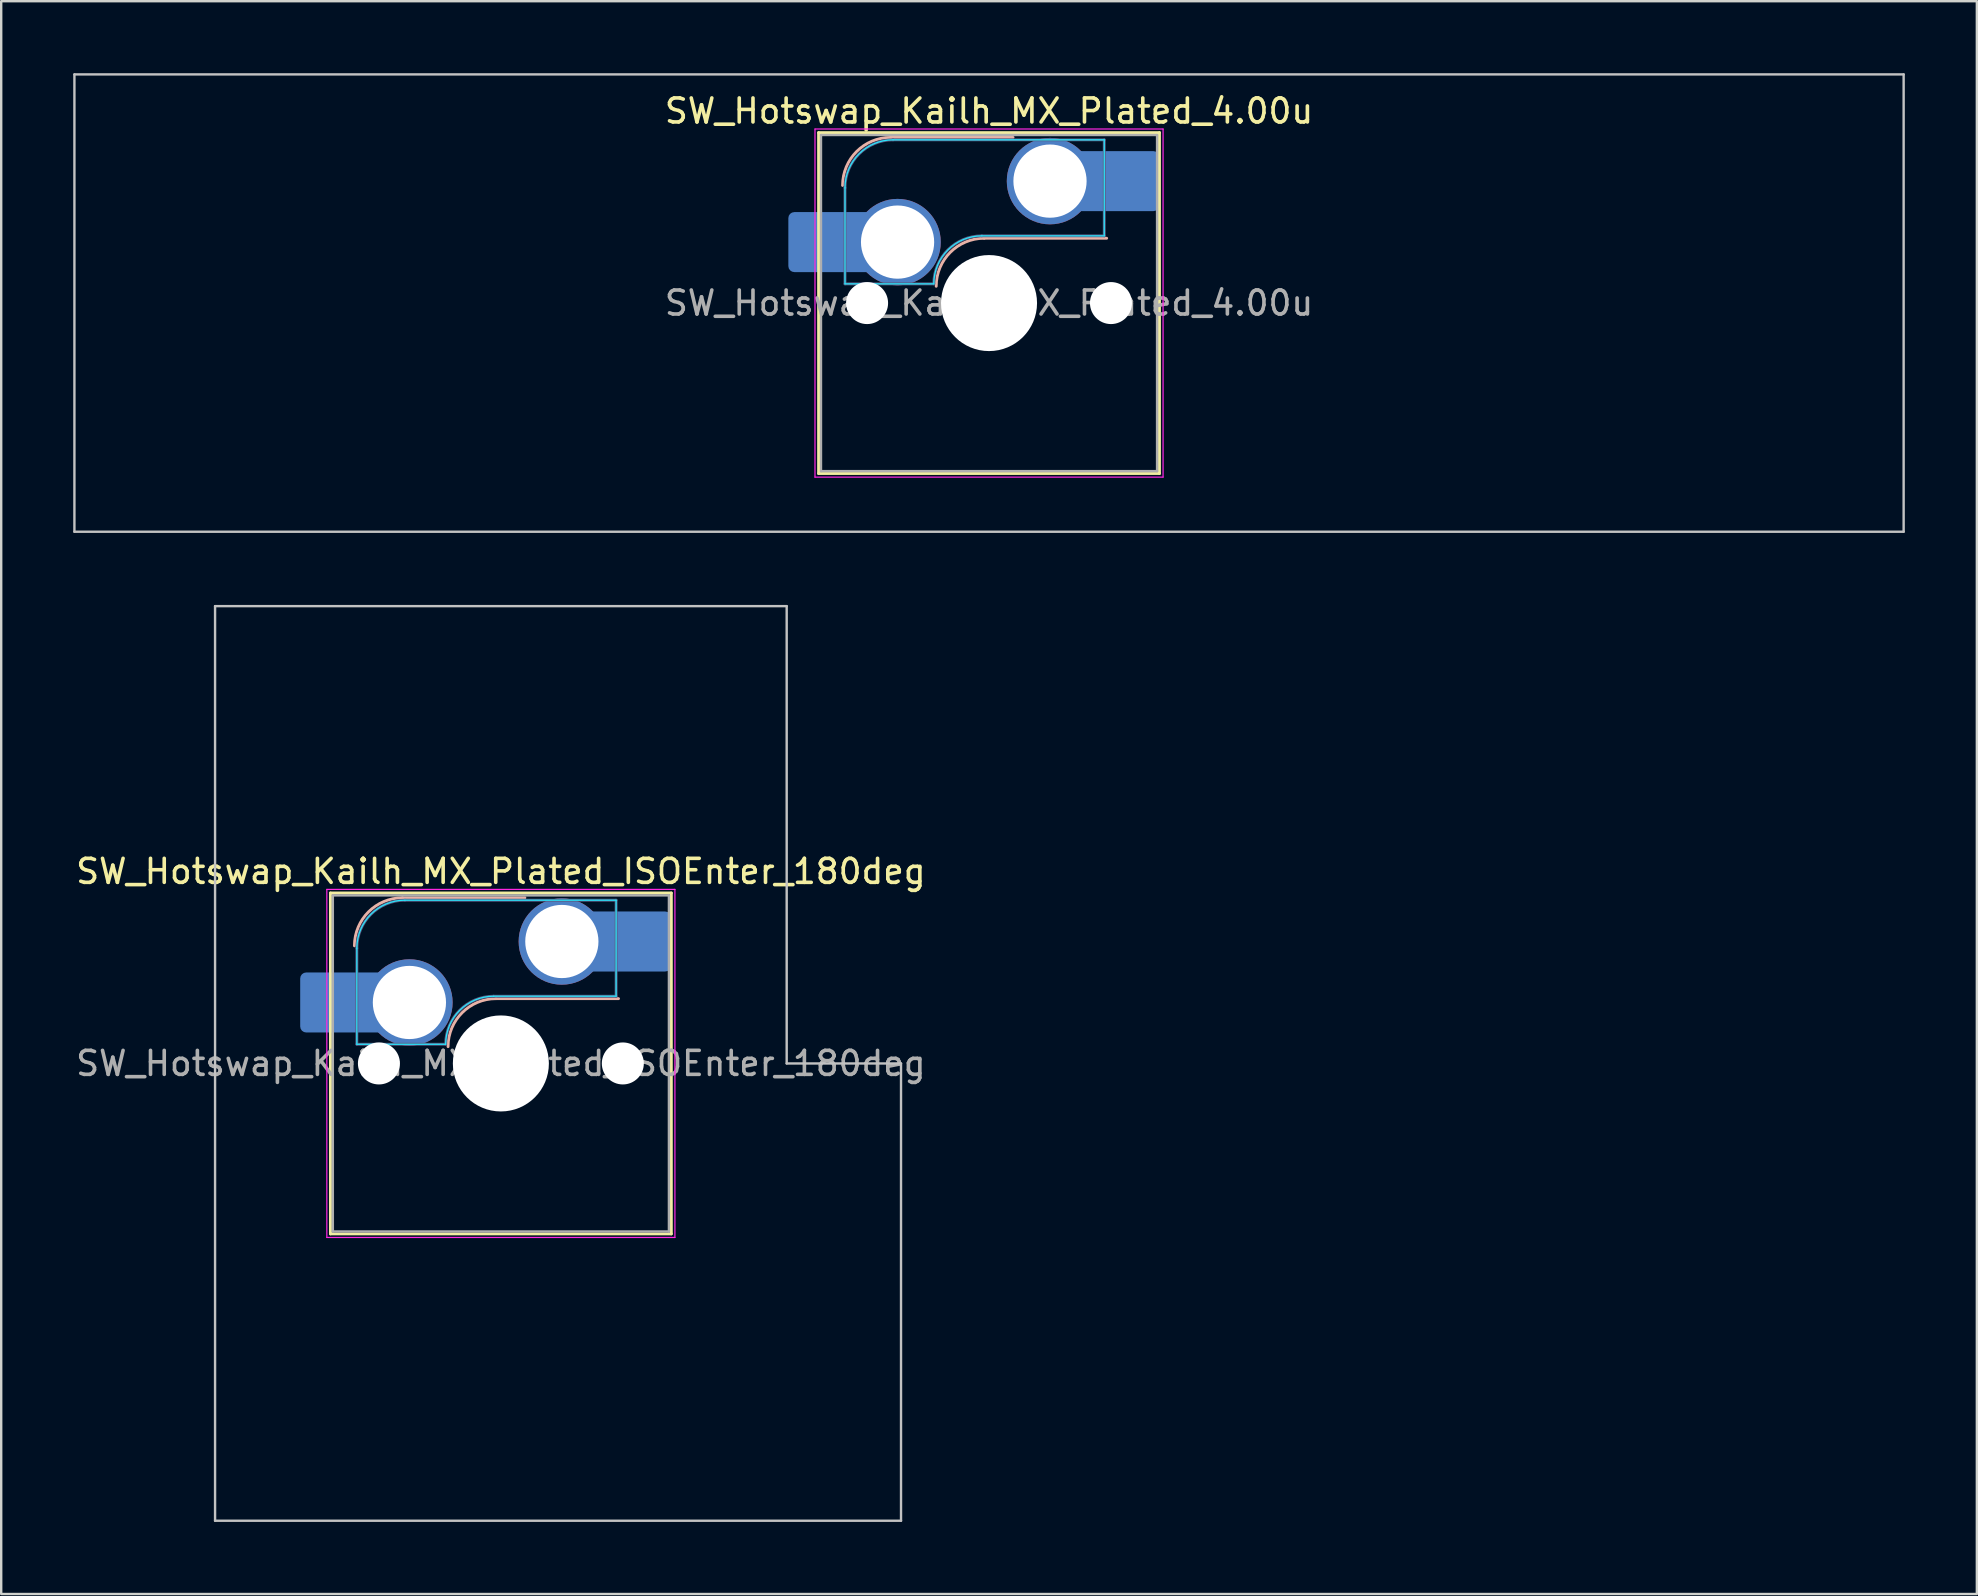
<source format=kicad_pcb>
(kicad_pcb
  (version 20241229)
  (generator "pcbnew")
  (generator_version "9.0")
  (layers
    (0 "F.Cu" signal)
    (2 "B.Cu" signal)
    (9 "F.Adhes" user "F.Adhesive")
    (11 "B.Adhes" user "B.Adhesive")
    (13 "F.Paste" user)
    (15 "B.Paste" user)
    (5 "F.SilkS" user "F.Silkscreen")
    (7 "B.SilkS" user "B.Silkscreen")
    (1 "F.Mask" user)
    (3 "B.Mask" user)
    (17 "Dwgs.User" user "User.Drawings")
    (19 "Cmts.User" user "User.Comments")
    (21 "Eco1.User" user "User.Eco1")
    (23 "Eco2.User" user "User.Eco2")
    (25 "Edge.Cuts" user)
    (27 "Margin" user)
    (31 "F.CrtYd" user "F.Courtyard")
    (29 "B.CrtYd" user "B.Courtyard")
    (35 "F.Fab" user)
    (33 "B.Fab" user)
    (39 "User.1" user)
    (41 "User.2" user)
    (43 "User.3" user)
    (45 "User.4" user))
  (footprint "SW_Hotswap_Kailh_MX_Plated_4.00u"
    (layer "F.Cu")
    (at 38.15 9.575)
    (property "Reference" "SW_Hotswap_Kailh_MX_Plated_4.00u" (at 0 -8 0) (layer "F.SilkS") (effects (font (size 1 1) (thickness 0.15))))
    (attr smd)
    (fp_line (start -7.1 -7.1) (end -7.1 7.1) (stroke (width 0.12) (type solid)) (layer "F.SilkS"))
    (fp_line (start -7.1 7.1) (end 7.1 7.1) (stroke (width 0.12) (type solid)) (layer "F.SilkS"))
    (fp_line (start 7.1 -7.1) (end -7.1 -7.1) (stroke (width 0.12) (type solid)) (layer "F.SilkS"))
    (fp_line (start 7.1 7.1) (end 7.1 -7.1) (stroke (width 0.12) (type solid)) (layer "F.SilkS"))
    (fp_line (start -4.1 -6.9) (end 1 -6.9) (stroke (width 0.12) (type solid)) (layer "B.SilkS"))
    (fp_line (start -0.2 -2.7) (end 4.9 -2.7) (stroke (width 0.12) (type solid)) (layer "B.SilkS"))
    (fp_arc (start -6.1 -4.9) (mid -5.514214 -6.314214) (end -4.1 -6.9) (stroke (width 0.12) (type solid)) (layer "B.SilkS"))
    (fp_arc (start -2.2 -0.7) (mid -1.614214 -2.114214) (end -0.2 -2.7) (stroke (width 0.12) (type solid)) (layer "B.SilkS"))
    (fp_line (start -38.1 -9.525) (end -38.1 9.525) (stroke (width 0.1) (type solid)) (layer "Dwgs.User"))
    (fp_line (start -38.1 9.525) (end 38.1 9.525) (stroke (width 0.1) (type solid)) (layer "Dwgs.User"))
    (fp_line (start 38.1 -9.525) (end -38.1 -9.525) (stroke (width 0.1) (type solid)) (layer "Dwgs.User"))
    (fp_line (start 38.1 9.525) (end 38.1 -9.525) (stroke (width 0.1) (type solid)) (layer "Dwgs.User"))
    (fp_line (start -7.8 -6) (end -7 -6) (stroke (width 0.1) (type solid)) (layer "Eco1.User"))
    (fp_line (start -7.8 -2.9) (end -7.8 -6) (stroke (width 0.1) (type solid)) (layer "Eco1.User"))
    (fp_line (start -7.8 2.9) (end -7 2.9) (stroke (width 0.1) (type solid)) (layer "Eco1.User"))
    (fp_line (start -7.8 6) (end -7.8 2.9) (stroke (width 0.1) (type solid)) (layer "Eco1.User"))
    (fp_line (start -7 -7) (end 7 -7) (stroke (width 0.1) (type solid)) (layer "Eco1.User"))
    (fp_line (start -7 -6) (end -7 -7) (stroke (width 0.1) (type solid)) (layer "Eco1.User"))
    (fp_line (start -7 -2.9) (end -7.8 -2.9) (stroke (width 0.1) (type solid)) (layer "Eco1.User"))
    (fp_line (start -7 2.9) (end -7 -2.9) (stroke (width 0.1) (type solid)) (layer "Eco1.User"))
    (fp_line (start -7 6) (end -7.8 6) (stroke (width 0.1) (type solid)) (layer "Eco1.User"))
    (fp_line (start -7 7) (end -7 6) (stroke (width 0.1) (type solid)) (layer "Eco1.User"))
    (fp_line (start 7 -7) (end 7 -6) (stroke (width 0.1) (type solid)) (layer "Eco1.User"))
    (fp_line (start 7 -6) (end 7.8 -6) (stroke (width 0.1) (type solid)) (layer "Eco1.User"))
    (fp_line (start 7 -2.9) (end 7 2.9) (stroke (width 0.1) (type solid)) (layer "Eco1.User"))
    (fp_line (start 7 2.9) (end 7.8 2.9) (stroke (width 0.1) (type solid)) (layer "Eco1.User"))
    (fp_line (start 7 6) (end 7 7) (stroke (width 0.1) (type solid)) (layer "Eco1.User"))
    (fp_line (start 7 7) (end -7 7) (stroke (width 0.1) (type solid)) (layer "Eco1.User"))
    (fp_line (start 7.8 -6) (end 7.8 -2.9) (stroke (width 0.1) (type solid)) (layer "Eco1.User"))
    (fp_line (start 7.8 -2.9) (end 7 -2.9) (stroke (width 0.1) (type solid)) (layer "Eco1.User"))
    (fp_line (start 7.8 2.9) (end 7.8 6) (stroke (width 0.1) (type solid)) (layer "Eco1.User"))
    (fp_line (start 7.8 6) (end 7 6) (stroke (width 0.1) (type solid)) (layer "Eco1.User"))
    (fp_line (start -6 -0.8) (end -6 -4.8) (stroke (width 0.05) (type solid)) (layer "B.CrtYd"))
    (fp_line (start -6 -0.8) (end -2.3 -0.8) (stroke (width 0.05) (type solid)) (layer "B.CrtYd"))
    (fp_line (start -4 -6.8) (end 4.8 -6.8) (stroke (width 0.05) (type solid)) (layer "B.CrtYd"))
    (fp_line (start -0.3 -2.8) (end 4.8 -2.8) (stroke (width 0.05) (type solid)) (layer "B.CrtYd"))
    (fp_line (start 4.8 -6.8) (end 4.8 -2.8) (stroke (width 0.05) (type solid)) (layer "B.CrtYd"))
    (fp_arc (start -6 -4.8) (mid -5.414214 -6.214214) (end -4 -6.8) (stroke (width 0.05) (type solid)) (layer "B.CrtYd"))
    (fp_arc (start -2.3 -0.8) (mid -1.714214 -2.214214) (end -0.3 -2.8) (stroke (width 0.05) (type solid)) (layer "B.CrtYd"))
    (fp_line (start -7.25 -7.25) (end -7.25 7.25) (stroke (width 0.05) (type solid)) (layer "F.CrtYd"))
    (fp_line (start -7.25 7.25) (end 7.25 7.25) (stroke (width 0.05) (type solid)) (layer "F.CrtYd"))
    (fp_line (start 7.25 -7.25) (end -7.25 -7.25) (stroke (width 0.05) (type solid)) (layer "F.CrtYd"))
    (fp_line (start 7.25 7.25) (end 7.25 -7.25) (stroke (width 0.05) (type solid)) (layer "F.CrtYd"))
    (fp_line (start -6 -0.8) (end -6 -4.8) (stroke (width 0.12) (type solid)) (layer "B.Fab"))
    (fp_line (start -6 -0.8) (end -2.3 -0.8) (stroke (width 0.12) (type solid)) (layer "B.Fab"))
    (fp_line (start -4 -6.8) (end 4.8 -6.8) (stroke (width 0.12) (type solid)) (layer "B.Fab"))
    (fp_line (start -0.3 -2.8) (end 4.8 -2.8) (stroke (width 0.12) (type solid)) (layer "B.Fab"))
    (fp_line (start 4.8 -6.8) (end 4.8 -2.8) (stroke (width 0.12) (type solid)) (layer "B.Fab"))
    (fp_arc (start -6 -4.8) (mid -5.414214 -6.214214) (end -4 -6.8) (stroke (width 0.12) (type solid)) (layer "B.Fab"))
    (fp_arc (start -2.3 -0.8) (mid -1.714214 -2.214214) (end -0.3 -2.8) (stroke (width 0.12) (type solid)) (layer "B.Fab"))
    (fp_line (start -7 -7) (end -7 7) (stroke (width 0.1) (type solid)) (layer "F.Fab"))
    (fp_line (start -7 7) (end 7 7) (stroke (width 0.1) (type solid)) (layer "F.Fab"))
    (fp_line (start 7 -7) (end -7 -7) (stroke (width 0.1) (type solid)) (layer "F.Fab"))
    (fp_line (start 7 7) (end 7 -7) (stroke (width 0.1) (type solid)) (layer "F.Fab"))
    (fp_text user "${REFERENCE}" (at 0 0 0) (layer "F.Fab") (effects (font (size 1 1) (thickness 0.15))))
    (pad "" smd roundrect (at -7.085 -2.54) (size 2.55 2.5) (layers "B.Mask" "B.Paste") (roundrect_rratio 0.1))
    (pad "" np_thru_hole circle (at -5.08 0) (size 1.75 1.75) (drill 1.75) (layers "*.Cu" "*.Mask"))
    (pad "" np_thru_hole circle (at 0 0) (size 4 4) (drill 4) (layers "*.Cu" "*.Mask"))
    (pad "" np_thru_hole circle (at 5.08 0) (size 1.75 1.75) (drill 1.75) (layers "*.Cu" "*.Mask"))
    (pad "" smd roundrect (at 5.842 -5.08) (size 2.55 2.5) (layers "B.Mask" "B.Paste") (roundrect_rratio 0.1))
    (pad "1" smd roundrect (at -6.585 -2.54) (size 3.55 2.5) (layers "B.Cu") (roundrect_rratio 0.1))
    (pad "1" thru_hole circle (at -3.81 -2.54) (size 3.6 3.6) (drill 3.05) (layers "*.Cu" "*.Mask"))
    (pad "2" thru_hole circle (at 2.54 -5.08) (size 3.6 3.6) (drill 3.05) (layers "*.Cu" "*.Mask"))
    (pad "2" smd roundrect (at 5.32 -5.08) (size 3.55 2.5) (layers "B.Cu") (roundrect_rratio 0.1)))
  (footprint "SW_Hotswap_Kailh_MX_Plated_ISOEnter_180deg"
    (layer "F.Cu")
    (at 17.815 41.25)
    (property "Reference" "SW_Hotswap_Kailh_MX_Plated_ISOEnter_180deg" (at 0 -8 0) (layer "F.SilkS") (effects (font (size 1 1) (thickness 0.15))))
    (attr smd)
    (fp_line (start -7.1 -7.1) (end -7.1 7.1) (stroke (width 0.12) (type solid)) (layer "F.SilkS"))
    (fp_line (start -7.1 7.1) (end 7.1 7.1) (stroke (width 0.12) (type solid)) (layer "F.SilkS"))
    (fp_line (start 7.1 -7.1) (end -7.1 -7.1) (stroke (width 0.12) (type solid)) (layer "F.SilkS"))
    (fp_line (start 7.1 7.1) (end 7.1 -7.1) (stroke (width 0.12) (type solid)) (layer "F.SilkS"))
    (fp_line (start -4.1 -6.9) (end 1 -6.9) (stroke (width 0.12) (type solid)) (layer "B.SilkS"))
    (fp_line (start -0.2 -2.7) (end 4.9 -2.7) (stroke (width 0.12) (type solid)) (layer "B.SilkS"))
    (fp_arc (start -6.1 -4.9) (mid -5.514214 -6.314214) (end -4.1 -6.9) (stroke (width 0.12) (type solid)) (layer "B.SilkS"))
    (fp_arc (start -2.2 -0.7) (mid -1.614214 -2.114214) (end -0.2 -2.7) (stroke (width 0.12) (type solid)) (layer "B.SilkS"))
    (fp_line (start -11.906 -19.05) (end -11.906 19.05) (stroke (width 0.1) (type solid)) (layer "Dwgs.User"))
    (fp_line (start -11.906 19.05) (end 16.669 19.05) (stroke (width 0.1) (type solid)) (layer "Dwgs.User"))
    (fp_line (start 11.906 -19.05) (end -11.906 -19.05) (stroke (width 0.1) (type solid)) (layer "Dwgs.User"))
    (fp_line (start 11.906 0) (end 11.906 -19.05) (stroke (width 0.1) (type solid)) (layer "Dwgs.User"))
    (fp_line (start 16.669 0) (end 11.906 0) (stroke (width 0.1) (type solid)) (layer "Dwgs.User"))
    (fp_line (start 16.669 19.05) (end 16.669 0) (stroke (width 0.1) (type solid)) (layer "Dwgs.User"))
    (fp_line (start -7.8 -6) (end -7 -6) (stroke (width 0.1) (type solid)) (layer "Eco1.User"))
    (fp_line (start -7.8 -2.9) (end -7.8 -6) (stroke (width 0.1) (type solid)) (layer "Eco1.User"))
    (fp_line (start -7.8 2.9) (end -7 2.9) (stroke (width 0.1) (type solid)) (layer "Eco1.User"))
    (fp_line (start -7.8 6) (end -7.8 2.9) (stroke (width 0.1) (type solid)) (layer "Eco1.User"))
    (fp_line (start -7 -7) (end 7 -7) (stroke (width 0.1) (type solid)) (layer "Eco1.User"))
    (fp_line (start -7 -6) (end -7 -7) (stroke (width 0.1) (type solid)) (layer "Eco1.User"))
    (fp_line (start -7 -2.9) (end -7.8 -2.9) (stroke (width 0.1) (type solid)) (layer "Eco1.User"))
    (fp_line (start -7 2.9) (end -7 -2.9) (stroke (width 0.1) (type solid)) (layer "Eco1.User"))
    (fp_line (start -7 6) (end -7.8 6) (stroke (width 0.1) (type solid)) (layer "Eco1.User"))
    (fp_line (start -7 7) (end -7 6) (stroke (width 0.1) (type solid)) (layer "Eco1.User"))
    (fp_line (start 7 -7) (end 7 -6) (stroke (width 0.1) (type solid)) (layer "Eco1.User"))
    (fp_line (start 7 -6) (end 7.8 -6) (stroke (width 0.1) (type solid)) (layer "Eco1.User"))
    (fp_line (start 7 -2.9) (end 7 2.9) (stroke (width 0.1) (type solid)) (layer "Eco1.User"))
    (fp_line (start 7 2.9) (end 7.8 2.9) (stroke (width 0.1) (type solid)) (layer "Eco1.User"))
    (fp_line (start 7 6) (end 7 7) (stroke (width 0.1) (type solid)) (layer "Eco1.User"))
    (fp_line (start 7 7) (end -7 7) (stroke (width 0.1) (type solid)) (layer "Eco1.User"))
    (fp_line (start 7.8 -6) (end 7.8 -2.9) (stroke (width 0.1) (type solid)) (layer "Eco1.User"))
    (fp_line (start 7.8 -2.9) (end 7 -2.9) (stroke (width 0.1) (type solid)) (layer "Eco1.User"))
    (fp_line (start 7.8 2.9) (end 7.8 6) (stroke (width 0.1) (type solid)) (layer "Eco1.User"))
    (fp_line (start 7.8 6) (end 7 6) (stroke (width 0.1) (type solid)) (layer "Eco1.User"))
    (fp_line (start -6 -0.8) (end -6 -4.8) (stroke (width 0.05) (type solid)) (layer "B.CrtYd"))
    (fp_line (start -6 -0.8) (end -2.3 -0.8) (stroke (width 0.05) (type solid)) (layer "B.CrtYd"))
    (fp_line (start -4 -6.8) (end 4.8 -6.8) (stroke (width 0.05) (type solid)) (layer "B.CrtYd"))
    (fp_line (start -0.3 -2.8) (end 4.8 -2.8) (stroke (width 0.05) (type solid)) (layer "B.CrtYd"))
    (fp_line (start 4.8 -6.8) (end 4.8 -2.8) (stroke (width 0.05) (type solid)) (layer "B.CrtYd"))
    (fp_arc (start -6 -4.8) (mid -5.414214 -6.214214) (end -4 -6.8) (stroke (width 0.05) (type solid)) (layer "B.CrtYd"))
    (fp_arc (start -2.3 -0.8) (mid -1.714214 -2.214214) (end -0.3 -2.8) (stroke (width 0.05) (type solid)) (layer "B.CrtYd"))
    (fp_line (start -7.25 -7.25) (end -7.25 7.25) (stroke (width 0.05) (type solid)) (layer "F.CrtYd"))
    (fp_line (start -7.25 7.25) (end 7.25 7.25) (stroke (width 0.05) (type solid)) (layer "F.CrtYd"))
    (fp_line (start 7.25 -7.25) (end -7.25 -7.25) (stroke (width 0.05) (type solid)) (layer "F.CrtYd"))
    (fp_line (start 7.25 7.25) (end 7.25 -7.25) (stroke (width 0.05) (type solid)) (layer "F.CrtYd"))
    (fp_line (start -6 -0.8) (end -6 -4.8) (stroke (width 0.12) (type solid)) (layer "B.Fab"))
    (fp_line (start -6 -0.8) (end -2.3 -0.8) (stroke (width 0.12) (type solid)) (layer "B.Fab"))
    (fp_line (start -4 -6.8) (end 4.8 -6.8) (stroke (width 0.12) (type solid)) (layer "B.Fab"))
    (fp_line (start -0.3 -2.8) (end 4.8 -2.8) (stroke (width 0.12) (type solid)) (layer "B.Fab"))
    (fp_line (start 4.8 -6.8) (end 4.8 -2.8) (stroke (width 0.12) (type solid)) (layer "B.Fab"))
    (fp_arc (start -6 -4.8) (mid -5.414214 -6.214214) (end -4 -6.8) (stroke (width 0.12) (type solid)) (layer "B.Fab"))
    (fp_arc (start -2.3 -0.8) (mid -1.714214 -2.214214) (end -0.3 -2.8) (stroke (width 0.12) (type solid)) (layer "B.Fab"))
    (fp_line (start -7 -7) (end -7 7) (stroke (width 0.1) (type solid)) (layer "F.Fab"))
    (fp_line (start -7 7) (end 7 7) (stroke (width 0.1) (type solid)) (layer "F.Fab"))
    (fp_line (start 7 -7) (end -7 -7) (stroke (width 0.1) (type solid)) (layer "F.Fab"))
    (fp_line (start 7 7) (end 7 -7) (stroke (width 0.1) (type solid)) (layer "F.Fab"))
    (fp_text user "${REFERENCE}" (at 0 0 0) (layer "F.Fab") (effects (font (size 1 1) (thickness 0.15))))
    (pad "" smd roundrect (at -7.085 -2.54) (size 2.55 2.5) (layers "B.Mask" "B.Paste") (roundrect_rratio 0.1))
    (pad "" np_thru_hole circle (at -5.08 0) (size 1.75 1.75) (drill 1.75) (layers "*.Cu" "*.Mask"))
    (pad "" np_thru_hole circle (at 0 0) (size 4 4) (drill 4) (layers "*.Cu" "*.Mask"))
    (pad "" np_thru_hole circle (at 5.08 0) (size 1.75 1.75) (drill 1.75) (layers "*.Cu" "*.Mask"))
    (pad "" smd roundrect (at 5.842 -5.08) (size 2.55 2.5) (layers "B.Mask" "B.Paste") (roundrect_rratio 0.1))
    (pad "1" smd roundrect (at -6.585 -2.54) (size 3.55 2.5) (layers "B.Cu") (roundrect_rratio 0.1))
    (pad "1" thru_hole circle (at -3.81 -2.54) (size 3.6 3.6) (drill 3.05) (layers "*.Cu" "*.Mask"))
    (pad "2" thru_hole circle (at 2.54 -5.08) (size 3.6 3.6) (drill 3.05) (layers "*.Cu" "*.Mask"))
    (pad "2" smd roundrect (at 5.32 -5.08) (size 3.55 2.5) (layers "B.Cu") (roundrect_rratio 0.1)))
  (gr_rect
    (start -3 -3)
    (end 79.3 63.35)
    (stroke (width 0.1) (type default))
    (fill no)
    (layer "Edge.Cuts")))
</source>
